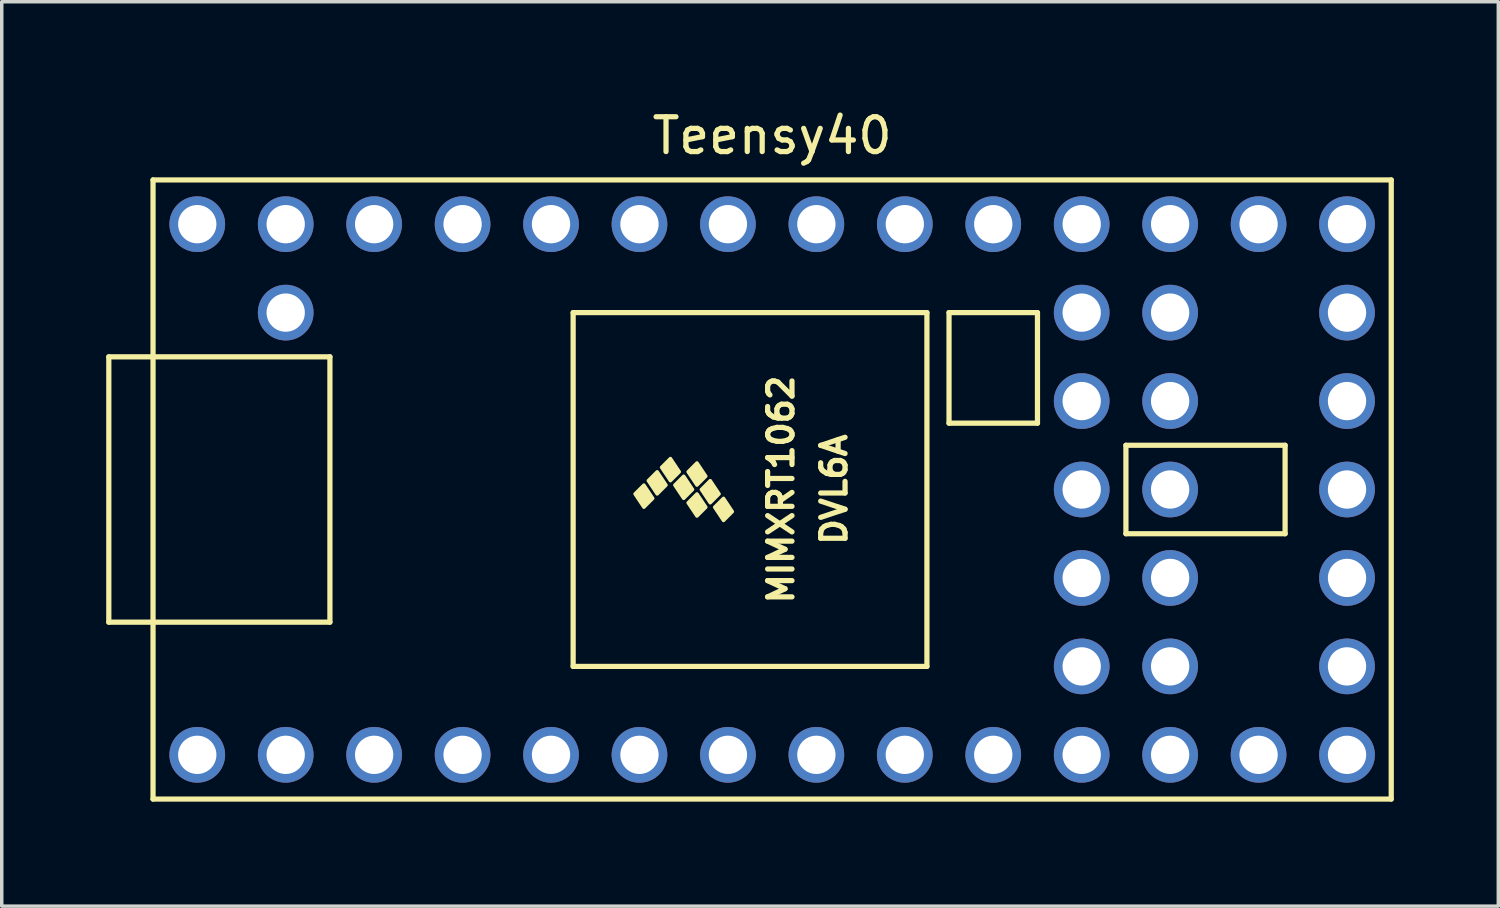
<source format=kicad_pcb>
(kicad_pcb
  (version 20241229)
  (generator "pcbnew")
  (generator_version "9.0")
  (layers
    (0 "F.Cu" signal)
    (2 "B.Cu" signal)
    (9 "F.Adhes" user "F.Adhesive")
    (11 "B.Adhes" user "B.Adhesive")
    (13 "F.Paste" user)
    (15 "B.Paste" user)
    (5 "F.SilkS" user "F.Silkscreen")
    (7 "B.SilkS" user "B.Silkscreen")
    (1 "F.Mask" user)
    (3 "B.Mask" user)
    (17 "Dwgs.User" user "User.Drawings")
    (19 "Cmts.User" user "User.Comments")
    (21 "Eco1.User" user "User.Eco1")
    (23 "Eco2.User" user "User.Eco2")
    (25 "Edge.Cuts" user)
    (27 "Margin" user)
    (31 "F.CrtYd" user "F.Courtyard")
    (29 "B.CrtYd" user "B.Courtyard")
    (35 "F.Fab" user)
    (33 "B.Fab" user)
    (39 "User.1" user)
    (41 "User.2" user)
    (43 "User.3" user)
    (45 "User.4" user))
  (footprint "Teensy40"
    (layer "F.Cu")
    (at 19.125 11.008)
    (property "Reference" "Teensy40" (at 0 -10.16 0) (layer "F.SilkS") (effects (font (size 1 1) (thickness 0.15))))
    (attr through_hole)
    (fp_line (start -19.05 -3.81) (end -17.78 -3.81) (stroke (width 0.15) (type solid)) (layer "F.SilkS"))
    (fp_line (start -19.05 3.81) (end -19.05 -3.81) (stroke (width 0.15) (type solid)) (layer "F.SilkS"))
    (fp_line (start -17.78 -8.89) (end 17.78 -8.89) (stroke (width 0.15) (type solid)) (layer "F.SilkS"))
    (fp_line (start -17.78 3.81) (end -19.05 3.81) (stroke (width 0.15) (type solid)) (layer "F.SilkS"))
    (fp_line (start -17.78 8.89) (end -17.78 -8.89) (stroke (width 0.15) (type solid)) (layer "F.SilkS"))
    (fp_line (start -12.7 -3.81) (end -17.78 -3.81) (stroke (width 0.15) (type solid)) (layer "F.SilkS"))
    (fp_line (start -12.7 3.81) (end -17.78 3.81) (stroke (width 0.15) (type solid)) (layer "F.SilkS"))
    (fp_line (start -12.7 3.81) (end -12.7 -3.81) (stroke (width 0.15) (type solid)) (layer "F.SilkS"))
    (fp_line (start -5.715 -5.08) (end -5.715 5.08) (stroke (width 0.15) (type solid)) (layer "F.SilkS"))
    (fp_line (start 4.445 -5.08) (end -5.715 -5.08) (stroke (width 0.15) (type solid)) (layer "F.SilkS"))
    (fp_line (start 4.445 5.08) (end -5.715 5.08) (stroke (width 0.15) (type solid)) (layer "F.SilkS"))
    (fp_line (start 4.445 5.08) (end 4.445 -5.08) (stroke (width 0.15) (type solid)) (layer "F.SilkS"))
    (fp_line (start 5.08 -5.08) (end 7.62 -5.08) (stroke (width 0.15) (type solid)) (layer "F.SilkS"))
    (fp_line (start 5.08 -1.905) (end 5.08 -5.08) (stroke (width 0.15) (type solid)) (layer "F.SilkS"))
    (fp_line (start 7.62 -5.08) (end 7.62 -1.905) (stroke (width 0.15) (type solid)) (layer "F.SilkS"))
    (fp_line (start 7.62 -1.905) (end 5.08 -1.905) (stroke (width 0.15) (type solid)) (layer "F.SilkS"))
    (fp_line (start 10.16 -1.27) (end 14.732 -1.27) (stroke (width 0.15) (type solid)) (layer "F.SilkS"))
    (fp_line (start 10.16 1.27) (end 10.16 -1.27) (stroke (width 0.15) (type solid)) (layer "F.SilkS"))
    (fp_line (start 14.732 -1.27) (end 14.732 1.27) (stroke (width 0.15) (type solid)) (layer "F.SilkS"))
    (fp_line (start 14.732 1.27) (end 10.16 1.27) (stroke (width 0.15) (type solid)) (layer "F.SilkS"))
    (fp_line (start 17.78 -8.89) (end 17.78 8.89) (stroke (width 0.15) (type solid)) (layer "F.SilkS"))
    (fp_line (start 17.78 8.89) (end -17.78 8.89) (stroke (width 0.15) (type solid)) (layer "F.SilkS"))
    (fp_poly (pts (xy -3.937 0.127) (xy -3.683 -0.127) (xy -3.429 0.254) (xy -3.683 0.508)) (stroke (width 0.1) (type solid)) (fill yes) (layer "F.SilkS"))
    (fp_poly (pts (xy -3.556 -0.254) (xy -3.302 -0.508) (xy -3.048 -0.127) (xy -3.302 0.127)) (stroke (width 0.1) (type solid)) (fill yes) (layer "F.SilkS"))
    (fp_poly (pts (xy -3.175 -0.635) (xy -2.921 -0.889) (xy -2.667 -0.508) (xy -2.921 -0.254)) (stroke (width 0.1) (type solid)) (fill yes) (layer "F.SilkS"))
    (fp_poly (pts (xy -2.794 -0.127) (xy -2.54 -0.381) (xy -2.286 0) (xy -2.54 0.254)) (stroke (width 0.1) (type solid)) (fill yes) (layer "F.SilkS"))
    (fp_poly (pts (xy -2.413 -0.508) (xy -2.159 -0.762) (xy -1.905 -0.381) (xy -2.159 -0.127)) (stroke (width 0.1) (type solid)) (fill yes) (layer "F.SilkS"))
    (fp_poly (pts (xy -2.413 0.381) (xy -2.159 0.127) (xy -1.905 0.508) (xy -2.159 0.762)) (stroke (width 0.1) (type solid)) (fill yes) (layer "F.SilkS"))
    (fp_poly (pts (xy -2.032 0) (xy -1.778 -0.254) (xy -1.524 0.127) (xy -1.778 0.381)) (stroke (width 0.1) (type solid)) (fill yes) (layer "F.SilkS"))
    (fp_poly (pts (xy -1.651 0.508) (xy -1.397 0.254) (xy -1.143 0.635) (xy -1.397 0.889)) (stroke (width 0.1) (type solid)) (fill yes) (layer "F.SilkS"))
    (fp_text user "MIMXRT1062" (at 0.254 0 90) (layer "F.SilkS") (effects (font (size 0.7 0.7) (thickness 0.15))))
    (fp_text user "DVL6A" (at 1.778 0 90) (layer "F.SilkS") (effects (font (size 0.7 0.7) (thickness 0.15))))
    (pad "1" thru_hole circle (at -16.51 7.62) (size 1.6 1.6) (drill 1.1) (layers "*.Cu" "*.Mask"))
    (pad "2" thru_hole circle (at -13.97 7.62) (size 1.6 1.6) (drill 1.1) (layers "*.Cu" "*.Mask"))
    (pad "3" thru_hole circle (at -11.43 7.62) (size 1.6 1.6) (drill 1.1) (layers "*.Cu" "*.Mask"))
    (pad "4" thru_hole circle (at -8.89 7.62) (size 1.6 1.6) (drill 1.1) (layers "*.Cu" "*.Mask"))
    (pad "5" thru_hole circle (at -6.35 7.62) (size 1.6 1.6) (drill 1.1) (layers "*.Cu" "*.Mask"))
    (pad "6" thru_hole circle (at -3.81 7.62) (size 1.6 1.6) (drill 1.1) (layers "*.Cu" "*.Mask"))
    (pad "7" thru_hole circle (at -1.27 7.62) (size 1.6 1.6) (drill 1.1) (layers "*.Cu" "*.Mask"))
    (pad "8" thru_hole circle (at 1.27 7.62) (size 1.6 1.6) (drill 1.1) (layers "*.Cu" "*.Mask"))
    (pad "9" thru_hole circle (at 3.81 7.62) (size 1.6 1.6) (drill 1.1) (layers "*.Cu" "*.Mask"))
    (pad "10" thru_hole circle (at 6.35 7.62) (size 1.6 1.6) (drill 1.1) (layers "*.Cu" "*.Mask"))
    (pad "11" thru_hole circle (at 8.89 7.62) (size 1.6 1.6) (drill 1.1) (layers "*.Cu" "*.Mask"))
    (pad "12" thru_hole circle (at 11.43 7.62) (size 1.6 1.6) (drill 1.1) (layers "*.Cu" "*.Mask"))
    (pad "13" thru_hole circle (at 13.97 7.62) (size 1.6 1.6) (drill 1.1) (layers "*.Cu" "*.Mask"))
    (pad "14" thru_hole circle (at 16.51 7.62) (size 1.6 1.6) (drill 1.1) (layers "*.Cu" "*.Mask"))
    (pad "15" thru_hole circle (at 16.51 5.08) (size 1.6 1.6) (drill 1.1) (layers "*.Cu" "*.Mask"))
    (pad "16" thru_hole circle (at 16.51 2.54) (size 1.6 1.6) (drill 1.1) (layers "*.Cu" "*.Mask"))
    (pad "17" thru_hole circle (at 16.51 0) (size 1.6 1.6) (drill 1.1) (layers "*.Cu" "*.Mask"))
    (pad "18" thru_hole circle (at 16.51 -2.54) (size 1.6 1.6) (drill 1.1) (layers "*.Cu" "*.Mask"))
    (pad "19" thru_hole circle (at 16.51 -5.08) (size 1.6 1.6) (drill 1.1) (layers "*.Cu" "*.Mask"))
    (pad "20" thru_hole circle (at 16.51 -7.62) (size 1.6 1.6) (drill 1.1) (layers "*.Cu" "*.Mask"))
    (pad "21" thru_hole circle (at 13.97 -7.62) (size 1.6 1.6) (drill 1.1) (layers "*.Cu" "*.Mask"))
    (pad "22" thru_hole circle (at 11.43 -7.62) (size 1.6 1.6) (drill 1.1) (layers "*.Cu" "*.Mask"))
    (pad "23" thru_hole circle (at 8.89 -7.62) (size 1.6 1.6) (drill 1.1) (layers "*.Cu" "*.Mask"))
    (pad "24" thru_hole circle (at 6.35 -7.62) (size 1.6 1.6) (drill 1.1) (layers "*.Cu" "*.Mask"))
    (pad "25" thru_hole circle (at 3.81 -7.62) (size 1.6 1.6) (drill 1.1) (layers "*.Cu" "*.Mask"))
    (pad "26" thru_hole circle (at 1.27 -7.62) (size 1.6 1.6) (drill 1.1) (layers "*.Cu" "*.Mask"))
    (pad "27" thru_hole circle (at -1.27 -7.62) (size 1.6 1.6) (drill 1.1) (layers "*.Cu" "*.Mask"))
    (pad "28" thru_hole circle (at -3.81 -7.62) (size 1.6 1.6) (drill 1.1) (layers "*.Cu" "*.Mask"))
    (pad "29" thru_hole circle (at -6.35 -7.62) (size 1.6 1.6) (drill 1.1) (layers "*.Cu" "*.Mask"))
    (pad "30" thru_hole circle (at -8.89 -7.62) (size 1.6 1.6) (drill 1.1) (layers "*.Cu" "*.Mask"))
    (pad "31" thru_hole circle (at -11.43 -7.62) (size 1.6 1.6) (drill 1.1) (layers "*.Cu" "*.Mask"))
    (pad "32" thru_hole circle (at -13.97 -7.62) (size 1.6 1.6) (drill 1.1) (layers "*.Cu" "*.Mask"))
    (pad "33" thru_hole circle (at -16.51 -7.62) (size 1.6 1.6) (drill 1.1) (layers "*.Cu" "*.Mask"))
    (pad "34" thru_hole circle (at -13.97 -5.08) (size 1.6 1.6) (drill 1.1) (layers "*.Cu" "*.Mask"))
    (pad "35" thru_hole circle (at 11.43 -5.08) (size 1.6 1.6) (drill 1.1) (layers "*.Cu" "*.Mask"))
    (pad "36" thru_hole circle (at 8.89 -5.08) (size 1.6 1.6) (drill 1.1) (layers "*.Cu" "*.Mask"))
    (pad "37" thru_hole circle (at 11.43 -2.54) (size 1.6 1.6) (drill 1.1) (layers "*.Cu" "*.Mask"))
    (pad "38" thru_hole circle (at 8.89 -2.54) (size 1.6 1.6) (drill 1.1) (layers "*.Cu" "*.Mask"))
    (pad "39" thru_hole circle (at 11.43 0) (size 1.6 1.6) (drill 1.1) (layers "*.Cu" "*.Mask"))
    (pad "40" thru_hole circle (at 8.89 0) (size 1.6 1.6) (drill 1.1) (layers "*.Cu" "*.Mask"))
    (pad "41" thru_hole circle (at 11.43 2.54) (size 1.6 1.6) (drill 1.1) (layers "*.Cu" "*.Mask"))
    (pad "42" thru_hole circle (at 8.89 2.54) (size 1.6 1.6) (drill 1.1) (layers "*.Cu" "*.Mask"))
    (pad "43" thru_hole circle (at 11.43 5.08) (size 1.6 1.6) (drill 1.1) (layers "*.Cu" "*.Mask"))
    (pad "44" thru_hole circle (at 8.89 5.08) (size 1.6 1.6) (drill 1.1) (layers "*.Cu" "*.Mask")))
  (gr_rect
    (start -3 -3)
    (end 39.98 22.973)
    (stroke (width 0.1) (type default))
    (fill no)
    (layer "Edge.Cuts")))
</source>
